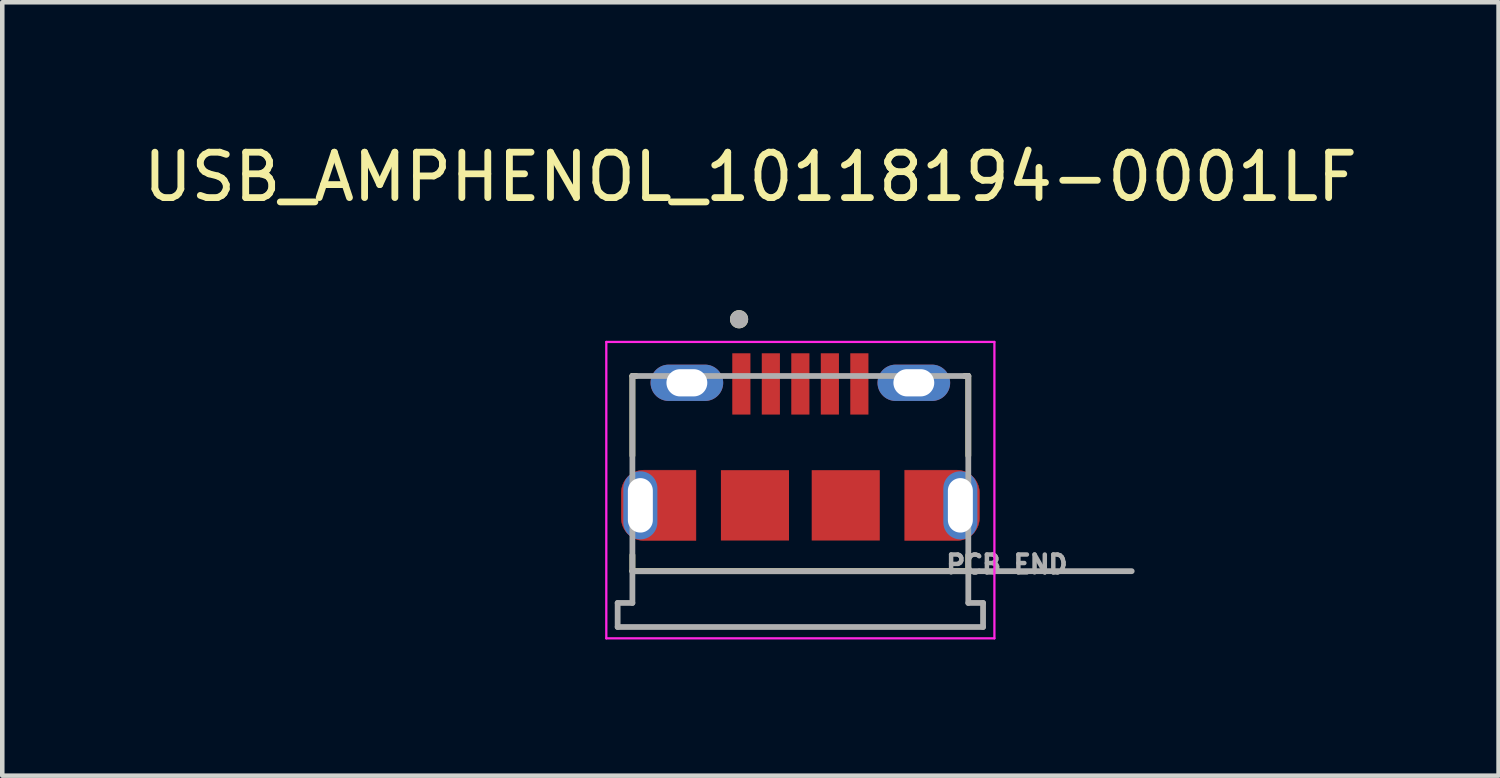
<source format=kicad_pcb>
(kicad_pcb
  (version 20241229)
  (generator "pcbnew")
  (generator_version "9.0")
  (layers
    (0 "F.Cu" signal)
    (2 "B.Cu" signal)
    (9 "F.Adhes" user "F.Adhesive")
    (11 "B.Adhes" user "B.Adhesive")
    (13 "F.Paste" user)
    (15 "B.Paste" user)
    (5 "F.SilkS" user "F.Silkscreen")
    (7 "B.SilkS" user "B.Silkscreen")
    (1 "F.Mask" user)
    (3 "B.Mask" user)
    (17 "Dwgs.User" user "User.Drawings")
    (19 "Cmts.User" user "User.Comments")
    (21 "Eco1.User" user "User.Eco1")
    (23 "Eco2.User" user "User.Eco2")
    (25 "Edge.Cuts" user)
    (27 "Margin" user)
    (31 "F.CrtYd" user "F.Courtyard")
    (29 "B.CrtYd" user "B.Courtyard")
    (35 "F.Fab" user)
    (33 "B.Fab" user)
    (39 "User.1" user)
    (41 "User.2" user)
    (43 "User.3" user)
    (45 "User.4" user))
  (footprint "USB_AMPHENOL_10118194-0001LF"
    (layer "F.Cu")
    (at 14.582 8.083)
    (property "Reference" "USB_AMPHENOL_10118194-0001LF" (at -1.1 -7.235 0) (layer "F.SilkS") (effects (font (size 1 1) (thickness 0.15))))
    (attr smd)
    (fp_poly (pts (xy -2.3 -0.775) (xy -2.3 0.775) (xy -3.445 0.775) (xy -3.471 0.774) (xy -3.497 0.772) (xy -3.523 0.769) (xy -3.549 0.764) (xy -3.574 0.758) (xy -3.6 0.751) (xy -3.624 0.742) (xy -3.648 0.732) (xy -3.672 0.721) (xy -3.695 0.708) (xy -3.717 0.694) (xy -3.739 0.68) (xy -3.76 0.664) (xy -3.78 0.647) (xy -3.799 0.629) (xy -3.817 0.61) (xy -3.834 0.59) (xy -3.85 0.569) (xy -3.864 0.547) (xy -3.878 0.525) (xy -3.891 0.502) (xy -3.902 0.478) (xy -3.912 0.454) (xy -3.921 0.43) (xy -3.928 0.404) (xy -3.934 0.379) (xy -3.939 0.353) (xy -3.942 0.327) (xy -3.944 0.301) (xy -3.945 0.275) (xy -3.945 -0.275) (xy -3.944 -0.301) (xy -3.942 -0.327) (xy -3.939 -0.353) (xy -3.934 -0.379) (xy -3.928 -0.404) (xy -3.921 -0.43) (xy -3.912 -0.454) (xy -3.902 -0.478) (xy -3.891 -0.502) (xy -3.878 -0.525) (xy -3.864 -0.547) (xy -3.85 -0.569) (xy -3.834 -0.59) (xy -3.817 -0.61) (xy -3.799 -0.629) (xy -3.78 -0.647) (xy -3.76 -0.664) (xy -3.739 -0.68) (xy -3.717 -0.694) (xy -3.695 -0.708) (xy -3.672 -0.721) (xy -3.648 -0.732) (xy -3.624 -0.742) (xy -3.6 -0.751) (xy -3.574 -0.758) (xy -3.549 -0.764) (xy -3.523 -0.769) (xy -3.497 -0.772) (xy -3.471 -0.774) (xy -3.445 -0.775) (xy -2.3 -0.775)) (stroke (width 0.01) (type solid)) (fill yes) (layer "F.Cu"))
    (fp_poly (pts (xy 2.3 -0.775) (xy 2.3 0.775) (xy 3.445 0.775) (xy 3.471 0.774) (xy 3.497 0.772) (xy 3.523 0.769) (xy 3.549 0.764) (xy 3.574 0.758) (xy 3.6 0.751) (xy 3.624 0.742) (xy 3.648 0.732) (xy 3.672 0.721) (xy 3.695 0.708) (xy 3.717 0.694) (xy 3.739 0.68) (xy 3.76 0.664) (xy 3.78 0.647) (xy 3.799 0.629) (xy 3.817 0.61) (xy 3.834 0.59) (xy 3.85 0.569) (xy 3.864 0.547) (xy 3.878 0.525) (xy 3.891 0.502) (xy 3.902 0.478) (xy 3.912 0.454) (xy 3.921 0.43) (xy 3.928 0.404) (xy 3.934 0.379) (xy 3.939 0.353) (xy 3.942 0.327) (xy 3.944 0.301) (xy 3.945 0.275) (xy 3.945 -0.275) (xy 3.944 -0.301) (xy 3.942 -0.327) (xy 3.939 -0.353) (xy 3.934 -0.379) (xy 3.928 -0.404) (xy 3.921 -0.43) (xy 3.912 -0.454) (xy 3.902 -0.478) (xy 3.891 -0.502) (xy 3.878 -0.525) (xy 3.864 -0.547) (xy 3.85 -0.569) (xy 3.834 -0.59) (xy 3.817 -0.61) (xy 3.799 -0.629) (xy 3.78 -0.647) (xy 3.76 -0.664) (xy 3.739 -0.68) (xy 3.717 -0.694) (xy 3.695 -0.708) (xy 3.672 -0.721) (xy 3.648 -0.732) (xy 3.624 -0.742) (xy 3.6 -0.751) (xy 3.574 -0.758) (xy 3.549 -0.764) (xy 3.523 -0.769) (xy 3.497 -0.772) (xy 3.471 -0.774) (xy 3.445 -0.775) (xy 2.3 -0.775)) (stroke (width 0.01) (type solid)) (fill yes) (layer "F.Cu"))
    (fp_poly (pts (xy -2.2 0.875) (xy -3.545 0.875) (xy -3.571 0.874) (xy -3.597 0.872) (xy -3.623 0.869) (xy -3.649 0.864) (xy -3.674 0.858) (xy -3.7 0.851) (xy -3.724 0.842) (xy -3.748 0.832) (xy -3.772 0.821) (xy -3.795 0.808) (xy -3.817 0.794) (xy -3.839 0.78) (xy -3.86 0.764) (xy -3.88 0.747) (xy -3.899 0.729) (xy -3.917 0.71) (xy -3.934 0.69) (xy -3.95 0.669) (xy -3.964 0.647) (xy -3.978 0.625) (xy -3.991 0.602) (xy -4.002 0.578) (xy -4.012 0.554) (xy -4.021 0.53) (xy -4.028 0.504) (xy -4.034 0.479) (xy -4.039 0.453) (xy -4.042 0.427) (xy -4.044 0.401) (xy -4.045 0.375) (xy -4.045 -0.375) (xy -4.044 -0.401) (xy -4.042 -0.427) (xy -4.039 -0.453) (xy -4.034 -0.479) (xy -4.028 -0.504) (xy -4.021 -0.53) (xy -4.012 -0.554) (xy -4.002 -0.578) (xy -3.991 -0.602) (xy -3.978 -0.625) (xy -3.964 -0.647) (xy -3.95 -0.669) (xy -3.934 -0.69) (xy -3.917 -0.71) (xy -3.899 -0.729) (xy -3.88 -0.747) (xy -3.86 -0.764) (xy -3.839 -0.78) (xy -3.817 -0.794) (xy -3.795 -0.808) (xy -3.772 -0.821) (xy -3.748 -0.832) (xy -3.724 -0.842) (xy -3.7 -0.851) (xy -3.674 -0.858) (xy -3.649 -0.864) (xy -3.623 -0.869) (xy -3.597 -0.872) (xy -3.571 -0.874) (xy -3.545 -0.875) (xy -2.2 -0.875) (xy -2.2 0.875)) (stroke (width 0.01) (type solid)) (fill yes) (layer "F.Mask"))
    (fp_poly (pts (xy 2.2 -0.875) (xy 3.545 -0.875) (xy 3.571 -0.874) (xy 3.597 -0.872) (xy 3.623 -0.869) (xy 3.649 -0.864) (xy 3.674 -0.858) (xy 3.7 -0.851) (xy 3.724 -0.842) (xy 3.748 -0.832) (xy 3.772 -0.821) (xy 3.795 -0.808) (xy 3.817 -0.794) (xy 3.839 -0.78) (xy 3.86 -0.764) (xy 3.88 -0.747) (xy 3.899 -0.729) (xy 3.917 -0.71) (xy 3.934 -0.69) (xy 3.95 -0.669) (xy 3.964 -0.647) (xy 3.978 -0.625) (xy 3.991 -0.602) (xy 4.002 -0.578) (xy 4.012 -0.554) (xy 4.021 -0.53) (xy 4.028 -0.504) (xy 4.034 -0.479) (xy 4.039 -0.453) (xy 4.042 -0.427) (xy 4.044 -0.401) (xy 4.045 -0.375) (xy 4.045 0.375) (xy 4.044 0.401) (xy 4.042 0.427) (xy 4.039 0.453) (xy 4.034 0.479) (xy 4.028 0.504) (xy 4.021 0.53) (xy 4.012 0.554) (xy 4.002 0.578) (xy 3.991 0.602) (xy 3.978 0.625) (xy 3.964 0.647) (xy 3.95 0.669) (xy 3.934 0.69) (xy 3.917 0.71) (xy 3.899 0.729) (xy 3.88 0.747) (xy 3.86 0.764) (xy 3.839 0.78) (xy 3.817 0.794) (xy 3.795 0.808) (xy 3.772 0.821) (xy 3.748 0.832) (xy 3.724 0.842) (xy 3.7 0.851) (xy 3.674 0.858) (xy 3.649 0.864) (xy 3.623 0.869) (xy 3.597 0.872) (xy 3.571 0.874) (xy 3.545 0.875) (xy 2.2 0.875) (xy 2.2 -0.875)) (stroke (width 0.01) (type solid)) (fill yes) (layer "F.Mask"))
    (fp_line (start -3.7 -2.85) (end -3.7 -1.095) (stroke (width 0.127) (type solid)) (layer "F.SilkS"))
    (fp_line (start -3.7 -2.85) (end -3.62 -2.85) (stroke (width 0.127) (type solid)) (layer "F.SilkS"))
    (fp_line (start -3.7 1.45) (end -3.7 1.095) (stroke (width 0.127) (type solid)) (layer "F.SilkS"))
    (fp_line (start -3.7 1.45) (end 3.7 1.45) (stroke (width 0.127) (type solid)) (layer "F.SilkS"))
    (fp_line (start 3.62 -2.85) (end 3.7 -2.85) (stroke (width 0.127) (type solid)) (layer "F.SilkS"))
    (fp_line (start 3.7 -1.095) (end 3.7 -2.85) (stroke (width 0.127) (type solid)) (layer "F.SilkS"))
    (fp_line (start 3.7 1.45) (end 3.7 1.095) (stroke (width 0.127) (type solid)) (layer "F.SilkS"))
    (fp_circle (center -1.35 -4.1) (end -1.25 -4.1) (stroke (width 0.2) (type solid)) (fill no) (layer "F.SilkS"))
    (fp_poly (pts (xy -2.3 -0.775) (xy -2.3 0.775) (xy -3.445 0.775) (xy -3.471 0.774) (xy -3.497 0.772) (xy -3.523 0.769) (xy -3.549 0.764) (xy -3.574 0.758) (xy -3.6 0.751) (xy -3.624 0.742) (xy -3.648 0.732) (xy -3.672 0.721) (xy -3.695 0.708) (xy -3.717 0.694) (xy -3.739 0.68) (xy -3.76 0.664) (xy -3.78 0.647) (xy -3.799 0.629) (xy -3.817 0.61) (xy -3.834 0.59) (xy -3.85 0.569) (xy -3.864 0.547) (xy -3.878 0.525) (xy -3.891 0.502) (xy -3.902 0.478) (xy -3.912 0.454) (xy -3.921 0.43) (xy -3.928 0.404) (xy -3.934 0.379) (xy -3.939 0.353) (xy -3.942 0.327) (xy -3.944 0.301) (xy -3.945 0.275) (xy -3.945 -0.275) (xy -3.944 -0.301) (xy -3.942 -0.327) (xy -3.939 -0.353) (xy -3.934 -0.379) (xy -3.928 -0.404) (xy -3.921 -0.43) (xy -3.912 -0.454) (xy -3.902 -0.478) (xy -3.891 -0.502) (xy -3.878 -0.525) (xy -3.864 -0.547) (xy -3.85 -0.569) (xy -3.834 -0.59) (xy -3.817 -0.61) (xy -3.799 -0.629) (xy -3.78 -0.647) (xy -3.76 -0.664) (xy -3.739 -0.68) (xy -3.717 -0.694) (xy -3.695 -0.708) (xy -3.672 -0.721) (xy -3.648 -0.732) (xy -3.624 -0.742) (xy -3.6 -0.751) (xy -3.574 -0.758) (xy -3.549 -0.764) (xy -3.523 -0.769) (xy -3.497 -0.772) (xy -3.471 -0.774) (xy -3.445 -0.775) (xy -2.3 -0.775)) (stroke (width 0.01) (type solid)) (fill yes) (layer "F.Paste"))
    (fp_poly (pts (xy 2.3 -0.775) (xy 2.3 0.775) (xy 3.445 0.775) (xy 3.471 0.774) (xy 3.497 0.772) (xy 3.523 0.769) (xy 3.549 0.764) (xy 3.574 0.758) (xy 3.6 0.751) (xy 3.624 0.742) (xy 3.648 0.732) (xy 3.672 0.721) (xy 3.695 0.708) (xy 3.717 0.694) (xy 3.739 0.68) (xy 3.76 0.664) (xy 3.78 0.647) (xy 3.799 0.629) (xy 3.817 0.61) (xy 3.834 0.59) (xy 3.85 0.569) (xy 3.864 0.547) (xy 3.878 0.525) (xy 3.891 0.502) (xy 3.902 0.478) (xy 3.912 0.454) (xy 3.921 0.43) (xy 3.928 0.404) (xy 3.934 0.379) (xy 3.939 0.353) (xy 3.942 0.327) (xy 3.944 0.301) (xy 3.945 0.275) (xy 3.945 -0.275) (xy 3.944 -0.301) (xy 3.942 -0.327) (xy 3.939 -0.353) (xy 3.934 -0.379) (xy 3.928 -0.404) (xy 3.921 -0.43) (xy 3.912 -0.454) (xy 3.902 -0.478) (xy 3.891 -0.502) (xy 3.878 -0.525) (xy 3.864 -0.547) (xy 3.85 -0.569) (xy 3.834 -0.59) (xy 3.817 -0.61) (xy 3.799 -0.629) (xy 3.78 -0.647) (xy 3.76 -0.664) (xy 3.739 -0.68) (xy 3.717 -0.694) (xy 3.695 -0.708) (xy 3.672 -0.721) (xy 3.648 -0.732) (xy 3.624 -0.742) (xy 3.6 -0.751) (xy 3.574 -0.758) (xy 3.549 -0.764) (xy 3.523 -0.769) (xy 3.497 -0.772) (xy 3.471 -0.774) (xy 3.445 -0.775) (xy 2.3 -0.775)) (stroke (width 0.01) (type solid)) (fill yes) (layer "F.Paste"))
    (fp_line (start -4.275 -3.6) (end -4.275 2.93) (stroke (width 0.05) (type solid)) (layer "F.CrtYd"))
    (fp_line (start -4.275 2.93) (end 4.275 2.93) (stroke (width 0.05) (type solid)) (layer "F.CrtYd"))
    (fp_line (start 4.275 -3.6) (end -4.275 -3.6) (stroke (width 0.05) (type solid)) (layer "F.CrtYd"))
    (fp_line (start 4.275 2.93) (end 4.275 -3.6) (stroke (width 0.05) (type solid)) (layer "F.CrtYd"))
    (fp_line (start -4.025 2.15) (end -4.025 2.68) (stroke (width 0.127) (type solid)) (layer "F.Fab"))
    (fp_line (start -4.025 2.68) (end 4.025 2.68) (stroke (width 0.127) (type solid)) (layer "F.Fab"))
    (fp_line (start -3.7 -2.85) (end -3.7 1.45) (stroke (width 0.127) (type solid)) (layer "F.Fab"))
    (fp_line (start -3.7 -2.85) (end 3.7 -2.85) (stroke (width 0.127) (type solid)) (layer "F.Fab"))
    (fp_line (start -3.7 1.45) (end -3.7 2.15) (stroke (width 0.127) (type solid)) (layer "F.Fab"))
    (fp_line (start -3.7 1.45) (end 3.7 1.45) (stroke (width 0.127) (type solid)) (layer "F.Fab"))
    (fp_line (start -3.7 2.15) (end -4.025 2.15) (stroke (width 0.127) (type solid)) (layer "F.Fab"))
    (fp_line (start 3.7 1.45) (end 3.7 -2.85) (stroke (width 0.127) (type solid)) (layer "F.Fab"))
    (fp_line (start 3.7 1.45) (end 7.3 1.45) (stroke (width 0.127) (type solid)) (layer "F.Fab"))
    (fp_line (start 3.7 2.15) (end 3.7 1.45) (stroke (width 0.127) (type solid)) (layer "F.Fab"))
    (fp_line (start 4.025 2.15) (end 3.7 2.15) (stroke (width 0.127) (type solid)) (layer "F.Fab"))
    (fp_line (start 4.025 2.68) (end 4.025 2.15) (stroke (width 0.127) (type solid)) (layer "F.Fab"))
    (fp_circle (center -1.35 -4.1) (end -1.25 -4.1) (stroke (width 0.2) (type solid)) (fill no) (layer "F.Fab"))
    (fp_text user "PCB END" (at 4.55 1.3 0) (layer "F.Fab") (effects (font (size 0.394 0.394) (thickness 0.15))))
    (pad "1" smd rect (at -1.3 -2.675) (size 0.4 1.35) (layers "F.Cu" "F.Mask" "F.Paste"))
    (pad "2" smd rect (at -0.65 -2.675) (size 0.4 1.35) (layers "F.Cu" "F.Mask" "F.Paste"))
    (pad "3" smd rect (at 0 -2.675) (size 0.4 1.35) (layers "F.Cu" "F.Mask" "F.Paste"))
    (pad "4" smd rect (at 0.65 -2.675) (size 0.4 1.35) (layers "F.Cu" "F.Mask" "F.Paste"))
    (pad "5" smd rect (at 1.3 -2.675) (size 0.4 1.35) (layers "F.Cu" "F.Mask" "F.Paste"))
    (pad "S1" thru_hole oval (at -2.5 -2.7) (size 1.6 0.8) (drill oval 0.9 0.6) (layers "*.Cu" "*.Mask"))
    (pad "S2" thru_hole oval (at 2.5 -2.7) (size 1.6 0.8) (drill oval 0.9 0.6) (layers "*.Cu" "*.Mask"))
    (pad "S3" thru_hole oval (at -3.525 0) (size 0.75 1.5) (drill oval 0.55 1.2) (layers "*.Cu" "*.Mask"))
    (pad "S4" smd rect (at -1 0) (size 1.5 1.55) (layers "F.Cu" "F.Mask" "F.Paste"))
    (pad "S5" smd rect (at 1 0) (size 1.5 1.55) (layers "F.Cu" "F.Mask" "F.Paste"))
    (pad "S6" thru_hole oval (at 3.525 0) (size 0.75 1.5) (drill oval 0.55 1.2) (layers "*.Cu" "*.Mask")))
  (gr_rect
    (start -3 -3)
    (end 29.964 14.038)
    (stroke (width 0.1) (type default))
    (fill no)
    (layer "Edge.Cuts")))
</source>
